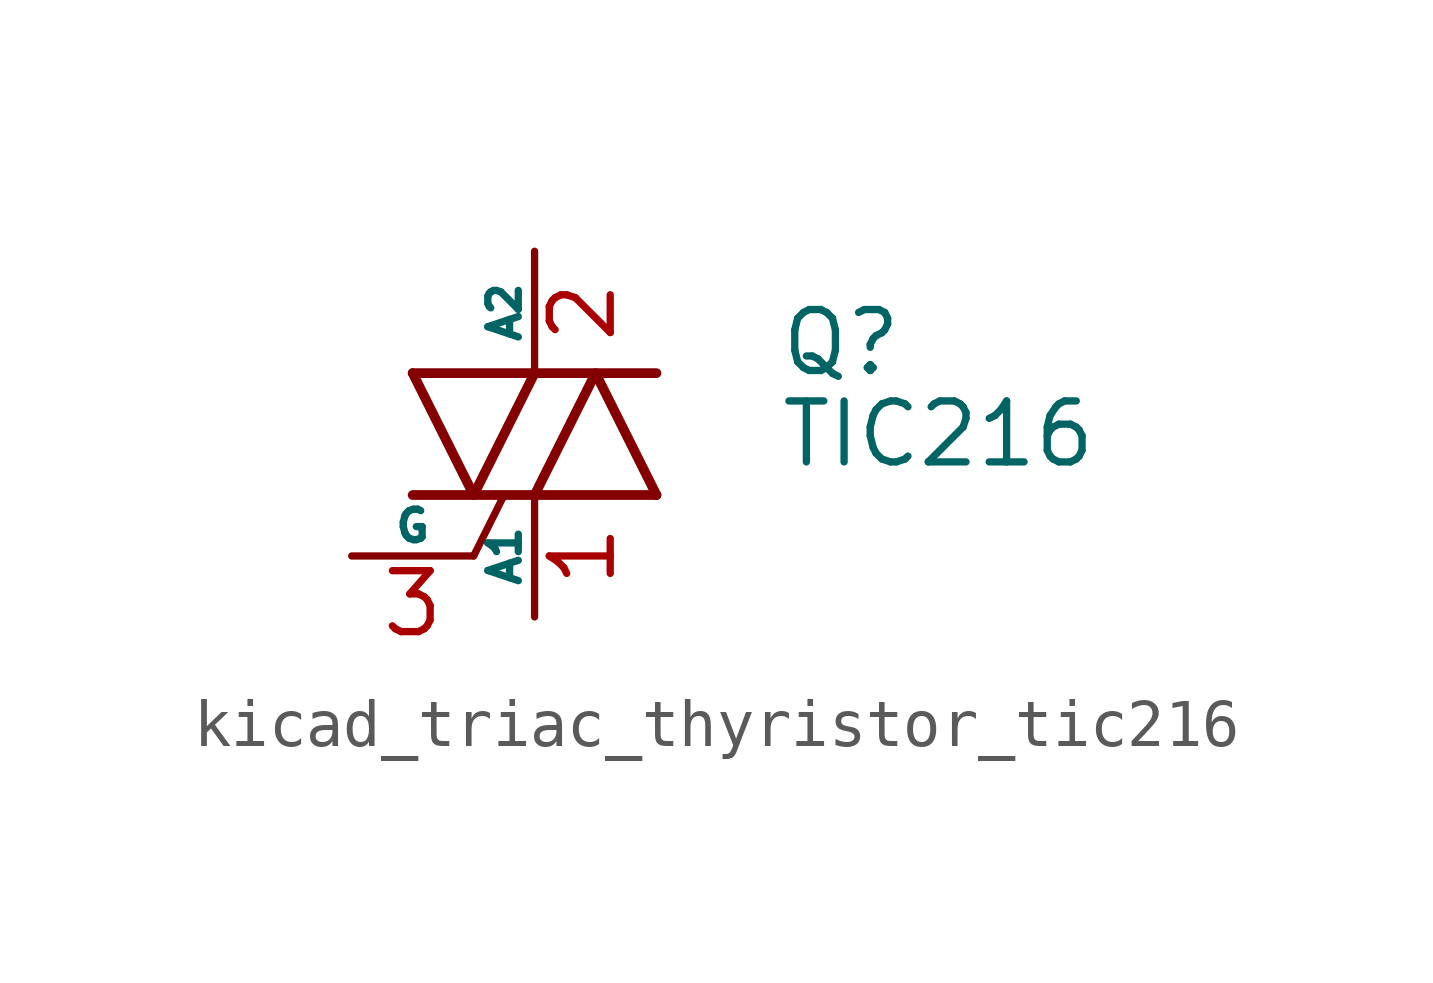
<source format=kicad_sym>
(kicad_symbol_lib
  (version 20220914)
  (generator kicad_symbol_editor)
  (symbol "kicad_triac_thyristor_tic216"
    (pin_names
      (offset 0))
    (property "Reference" "Q"
      (at 5.08 1.905 0)
      (effects (font (size 1.27 1.27)) (justify left)))
    (property "Value" "TIC216"
      (at 5.08 0 0)
      (effects (font (size 1.27 1.27)) (justify left)))
    (symbol "kicad_triac_thyristor_tic216_0_1"
      (polyline (pts (xy -2.54 -1.27) (xy 2.54 -1.27)) (stroke (width 0.203) (type default)) (fill (type none)))
      (polyline (pts (xy -2.54 1.27) (xy 2.54 1.27)) (stroke (width 0.203) (type default)) (fill (type none)))
      (polyline (pts (xy -1.27 -2.54) (xy -0.635 -1.27)) (stroke (width 0) (type default)) (fill (type none)))
      (polyline (pts (xy -2.54 1.27) (xy -1.27 -1.27) (xy 0 1.27)) (stroke (width 0.203) (type default)) (fill (type none)))
      (polyline (pts (xy 0 -1.27) (xy 1.27 1.27) (xy 2.54 -1.27)) (stroke (width 0.203) (type default)) (fill (type none))))
    (symbol "kicad_triac_thyristor_tic216_1_1"
      (pin passive line (at 0 -3.81 90) (length 2.54) (name "A1" (effects (font (size 0.635 0.635)))) (number "1" (effects (font (size 1.27 1.27)))))
      (pin passive line (at 0 3.81 270) (length 2.54) (name "A2" (effects (font (size 0.635 0.635)))) (number "2" (effects (font (size 1.27 1.27)))))
      (pin input line (at -3.81 -2.54 0) (length 2.54) (name "G" (effects (font (size 0.635 0.635)))) (number "3" (effects (font (size 1.27 1.27))))))))
</source>
